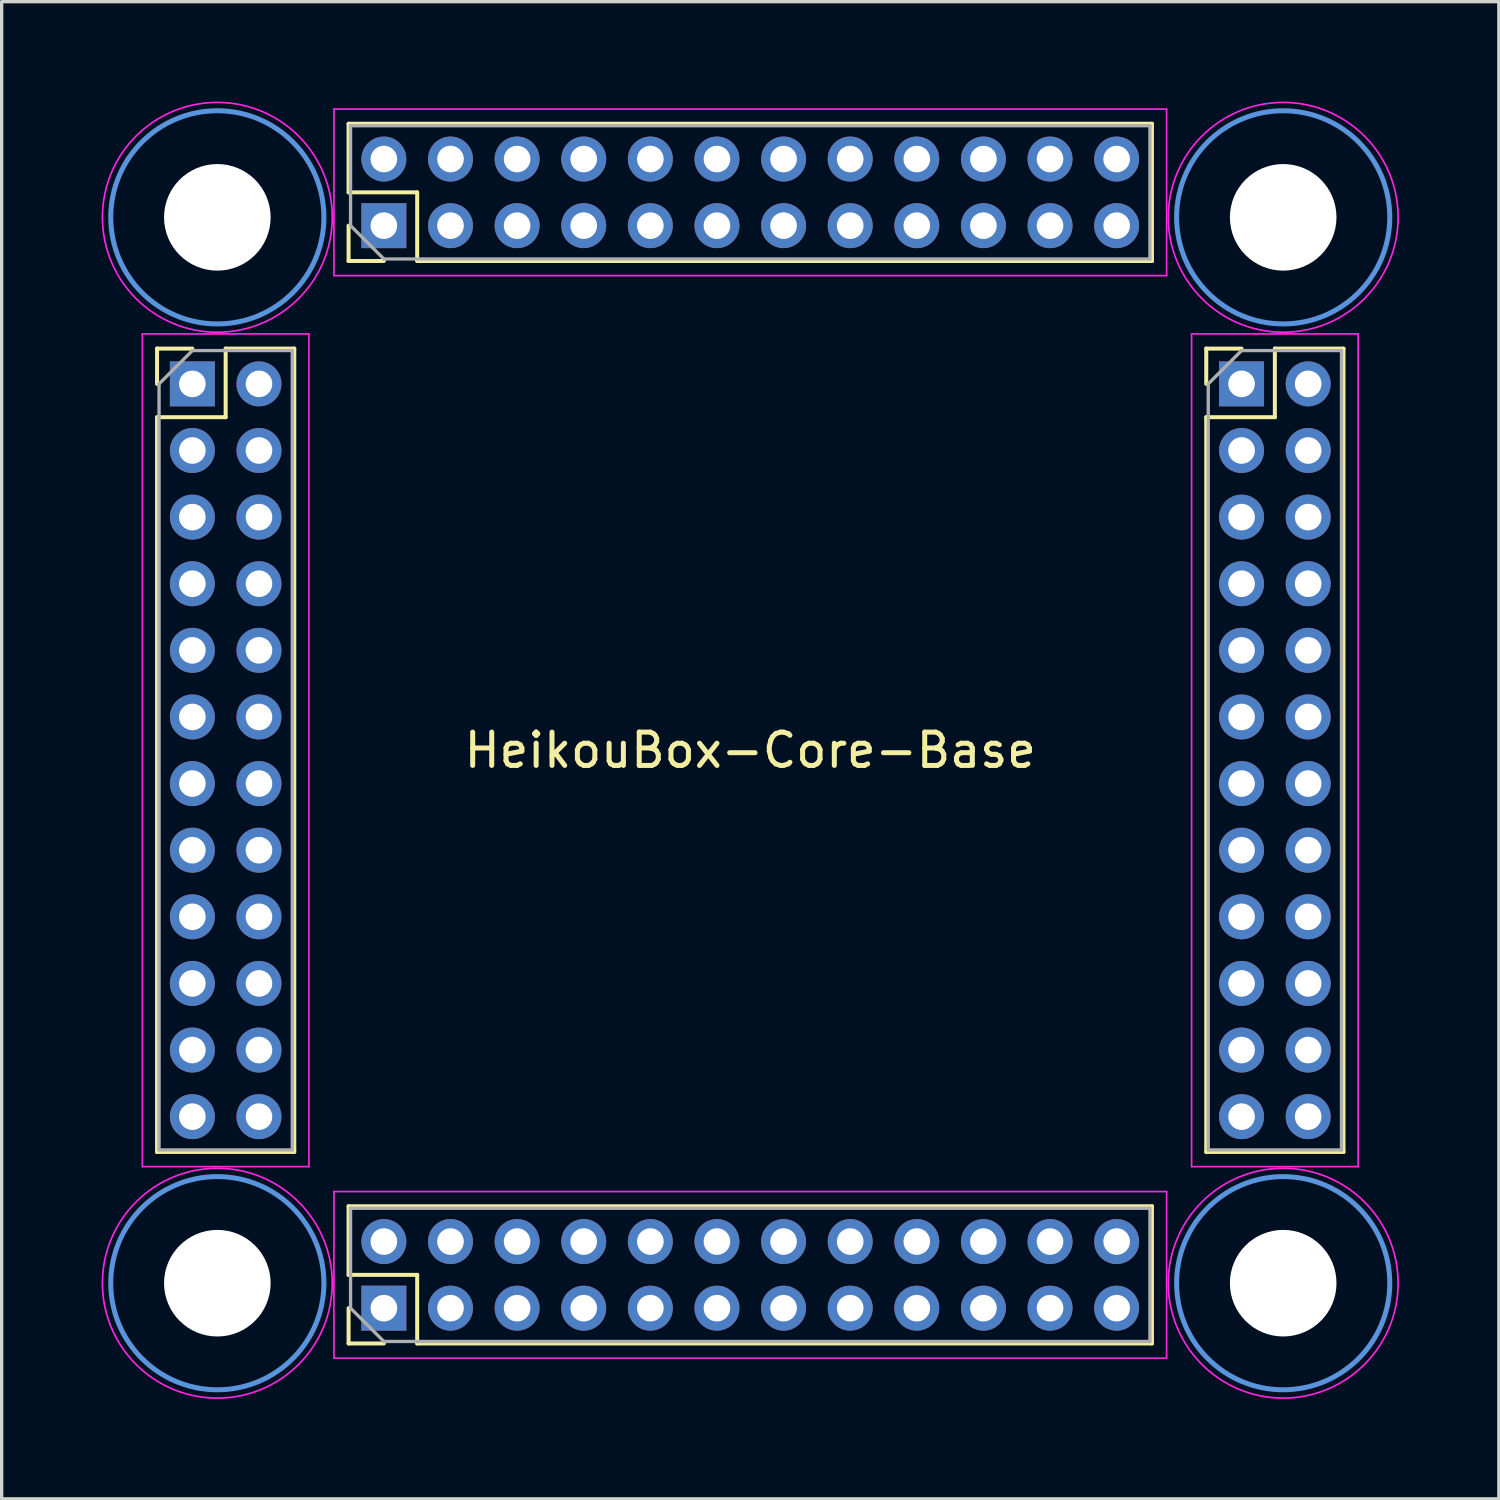
<source format=kicad_pcb>
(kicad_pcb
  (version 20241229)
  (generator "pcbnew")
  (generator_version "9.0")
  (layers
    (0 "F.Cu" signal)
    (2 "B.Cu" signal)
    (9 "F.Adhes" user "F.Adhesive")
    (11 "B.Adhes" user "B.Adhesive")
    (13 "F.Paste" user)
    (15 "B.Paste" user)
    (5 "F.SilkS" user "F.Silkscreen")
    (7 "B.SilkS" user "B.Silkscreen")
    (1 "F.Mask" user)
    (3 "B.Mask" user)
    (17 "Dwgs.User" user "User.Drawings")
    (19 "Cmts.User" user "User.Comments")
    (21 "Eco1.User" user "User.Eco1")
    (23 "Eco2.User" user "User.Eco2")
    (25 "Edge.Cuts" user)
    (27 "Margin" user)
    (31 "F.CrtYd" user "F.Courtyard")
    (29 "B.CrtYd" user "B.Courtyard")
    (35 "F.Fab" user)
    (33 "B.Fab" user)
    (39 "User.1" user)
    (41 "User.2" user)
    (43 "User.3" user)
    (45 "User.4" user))
  (footprint "HeikouBox-Core-Base"
    (layer "F.Cu")
    (at 19.475 19.475)
    (property "Reference" "HeikouBox-Core-Base" (at 0 0 0) (layer "F.SilkS") (effects (font (size 1 1) (thickness 0.15))))
    (attr through_hole)
    (fp_line (start -17.81 -12.06) (end -16.75 -12.06) (stroke (width 0.12) (type solid)) (layer "F.SilkS"))
    (fp_line (start -17.81 -11) (end -17.81 -12.06) (stroke (width 0.12) (type solid)) (layer "F.SilkS"))
    (fp_line (start -17.81 -10) (end -17.81 12.06) (stroke (width 0.12) (type solid)) (layer "F.SilkS"))
    (fp_line (start -17.81 -10) (end -15.75 -10) (stroke (width 0.12) (type solid)) (layer "F.SilkS"))
    (fp_line (start -17.81 12.06) (end -13.69 12.06) (stroke (width 0.12) (type solid)) (layer "F.SilkS"))
    (fp_line (start -15.75 -12.06) (end -13.69 -12.06) (stroke (width 0.12) (type solid)) (layer "F.SilkS"))
    (fp_line (start -15.75 -10) (end -15.75 -12.06) (stroke (width 0.12) (type solid)) (layer "F.SilkS"))
    (fp_line (start -13.69 -12.06) (end -13.69 12.06) (stroke (width 0.12) (type solid)) (layer "F.SilkS"))
    (fp_line (start -12.06 -18.81) (end 12.06 -18.81) (stroke (width 0.12) (type solid)) (layer "F.SilkS"))
    (fp_line (start -12.06 -16.75) (end -12.06 -18.81) (stroke (width 0.12) (type solid)) (layer "F.SilkS"))
    (fp_line (start -12.06 -14.69) (end -12.06 -15.75) (stroke (width 0.12) (type solid)) (layer "F.SilkS"))
    (fp_line (start -12.06 13.69) (end 12.06 13.69) (stroke (width 0.12) (type solid)) (layer "F.SilkS"))
    (fp_line (start -12.06 15.75) (end -12.06 13.69) (stroke (width 0.12) (type solid)) (layer "F.SilkS"))
    (fp_line (start -12.06 17.81) (end -12.06 16.75) (stroke (width 0.12) (type solid)) (layer "F.SilkS"))
    (fp_line (start -11 -14.69) (end -12.06 -14.69) (stroke (width 0.12) (type solid)) (layer "F.SilkS"))
    (fp_line (start -11 17.81) (end -12.06 17.81) (stroke (width 0.12) (type solid)) (layer "F.SilkS"))
    (fp_line (start -10 -16.75) (end -12.06 -16.75) (stroke (width 0.12) (type solid)) (layer "F.SilkS"))
    (fp_line (start -10 -14.69) (end -10 -16.75) (stroke (width 0.12) (type solid)) (layer "F.SilkS"))
    (fp_line (start -10 -14.69) (end 12.06 -14.69) (stroke (width 0.12) (type solid)) (layer "F.SilkS"))
    (fp_line (start -10 15.75) (end -12.06 15.75) (stroke (width 0.12) (type solid)) (layer "F.SilkS"))
    (fp_line (start -10 17.81) (end -10 15.75) (stroke (width 0.12) (type solid)) (layer "F.SilkS"))
    (fp_line (start -10 17.81) (end 12.06 17.81) (stroke (width 0.12) (type solid)) (layer "F.SilkS"))
    (fp_line (start 12.06 -14.69) (end 12.06 -18.81) (stroke (width 0.12) (type solid)) (layer "F.SilkS"))
    (fp_line (start 12.06 17.81) (end 12.06 13.69) (stroke (width 0.12) (type solid)) (layer "F.SilkS"))
    (fp_line (start 13.69 -12.06) (end 14.75 -12.06) (stroke (width 0.12) (type solid)) (layer "F.SilkS"))
    (fp_line (start 13.69 -11) (end 13.69 -12.06) (stroke (width 0.12) (type solid)) (layer "F.SilkS"))
    (fp_line (start 13.69 -10) (end 13.69 12.06) (stroke (width 0.12) (type solid)) (layer "F.SilkS"))
    (fp_line (start 13.69 -10) (end 15.75 -10) (stroke (width 0.12) (type solid)) (layer "F.SilkS"))
    (fp_line (start 13.69 12.06) (end 17.81 12.06) (stroke (width 0.12) (type solid)) (layer "F.SilkS"))
    (fp_line (start 15.75 -12.06) (end 17.81 -12.06) (stroke (width 0.12) (type solid)) (layer "F.SilkS"))
    (fp_line (start 15.75 -10) (end 15.75 -12.06) (stroke (width 0.12) (type solid)) (layer "F.SilkS"))
    (fp_line (start 17.81 -12.06) (end 17.81 12.06) (stroke (width 0.12) (type solid)) (layer "F.SilkS"))
    (fp_circle (center -16 -16) (end -12.8 -16) (stroke (width 0.15) (type solid)) (fill no) (layer "Cmts.User"))
    (fp_circle (center -16 16) (end -12.8 16) (stroke (width 0.15) (type solid)) (fill no) (layer "Cmts.User"))
    (fp_circle (center 16 -16) (end 19.2 -16) (stroke (width 0.15) (type solid)) (fill no) (layer "Cmts.User"))
    (fp_circle (center 16 16) (end 19.2 16) (stroke (width 0.15) (type solid)) (fill no) (layer "Cmts.User"))
    (fp_line (start -18.25 -12.5) (end -18.25 12.5) (stroke (width 0.05) (type solid)) (layer "F.CrtYd"))
    (fp_line (start -18.25 12.5) (end -13.25 12.5) (stroke (width 0.05) (type solid)) (layer "F.CrtYd"))
    (fp_line (start -13.25 -12.5) (end -18.25 -12.5) (stroke (width 0.05) (type solid)) (layer "F.CrtYd"))
    (fp_line (start -13.25 12.5) (end -13.25 -12.5) (stroke (width 0.05) (type solid)) (layer "F.CrtYd"))
    (fp_line (start -12.5 -19.25) (end -12.5 -14.25) (stroke (width 0.05) (type solid)) (layer "F.CrtYd"))
    (fp_line (start -12.5 -14.25) (end 12.5 -14.25) (stroke (width 0.05) (type solid)) (layer "F.CrtYd"))
    (fp_line (start -12.5 13.25) (end -12.5 18.25) (stroke (width 0.05) (type solid)) (layer "F.CrtYd"))
    (fp_line (start -12.5 18.25) (end 12.5 18.25) (stroke (width 0.05) (type solid)) (layer "F.CrtYd"))
    (fp_line (start 12.5 -19.25) (end -12.5 -19.25) (stroke (width 0.05) (type solid)) (layer "F.CrtYd"))
    (fp_line (start 12.5 -14.25) (end 12.5 -19.25) (stroke (width 0.05) (type solid)) (layer "F.CrtYd"))
    (fp_line (start 12.5 13.25) (end -12.5 13.25) (stroke (width 0.05) (type solid)) (layer "F.CrtYd"))
    (fp_line (start 12.5 18.25) (end 12.5 13.25) (stroke (width 0.05) (type solid)) (layer "F.CrtYd"))
    (fp_line (start 13.25 -12.5) (end 13.25 12.5) (stroke (width 0.05) (type solid)) (layer "F.CrtYd"))
    (fp_line (start 13.25 12.5) (end 18.25 12.5) (stroke (width 0.05) (type solid)) (layer "F.CrtYd"))
    (fp_line (start 18.25 -12.5) (end 13.25 -12.5) (stroke (width 0.05) (type solid)) (layer "F.CrtYd"))
    (fp_line (start 18.25 12.5) (end 18.25 -12.5) (stroke (width 0.05) (type solid)) (layer "F.CrtYd"))
    (fp_circle (center -16 -16) (end -12.55 -16) (stroke (width 0.05) (type solid)) (fill no) (layer "F.CrtYd"))
    (fp_circle (center -16 16) (end -12.55 16) (stroke (width 0.05) (type solid)) (fill no) (layer "F.CrtYd"))
    (fp_circle (center 16 -16) (end 19.45 -16) (stroke (width 0.05) (type solid)) (fill no) (layer "F.CrtYd"))
    (fp_circle (center 16 16) (end 19.45 16) (stroke (width 0.05) (type solid)) (fill no) (layer "F.CrtYd"))
    (fp_line (start -17.75 -11) (end -16.75 -12) (stroke (width 0.1) (type solid)) (layer "F.Fab"))
    (fp_line (start -17.75 12) (end -17.75 -11) (stroke (width 0.1) (type solid)) (layer "F.Fab"))
    (fp_line (start -16.75 -12) (end -13.75 -12) (stroke (width 0.1) (type solid)) (layer "F.Fab"))
    (fp_line (start -13.75 -12) (end -13.75 12) (stroke (width 0.1) (type solid)) (layer "F.Fab"))
    (fp_line (start -13.75 12) (end -17.75 12) (stroke (width 0.1) (type solid)) (layer "F.Fab"))
    (fp_line (start -12 -18.75) (end 12 -18.75) (stroke (width 0.1) (type solid)) (layer "F.Fab"))
    (fp_line (start -12 -15.75) (end -12 -18.75) (stroke (width 0.1) (type solid)) (layer "F.Fab"))
    (fp_line (start -12 13.75) (end 12 13.75) (stroke (width 0.1) (type solid)) (layer "F.Fab"))
    (fp_line (start -12 16.75) (end -12 13.75) (stroke (width 0.1) (type solid)) (layer "F.Fab"))
    (fp_line (start -11 -14.75) (end -12 -15.75) (stroke (width 0.1) (type solid)) (layer "F.Fab"))
    (fp_line (start -11 17.75) (end -12 16.75) (stroke (width 0.1) (type solid)) (layer "F.Fab"))
    (fp_line (start 12 -18.75) (end 12 -14.75) (stroke (width 0.1) (type solid)) (layer "F.Fab"))
    (fp_line (start 12 -14.75) (end -11 -14.75) (stroke (width 0.1) (type solid)) (layer "F.Fab"))
    (fp_line (start 12 13.75) (end 12 17.75) (stroke (width 0.1) (type solid)) (layer "F.Fab"))
    (fp_line (start 12 17.75) (end -11 17.75) (stroke (width 0.1) (type solid)) (layer "F.Fab"))
    (fp_line (start 13.75 -11) (end 14.75 -12) (stroke (width 0.1) (type solid)) (layer "F.Fab"))
    (fp_line (start 13.75 12) (end 13.75 -11) (stroke (width 0.1) (type solid)) (layer "F.Fab"))
    (fp_line (start 14.75 -12) (end 17.75 -12) (stroke (width 0.1) (type solid)) (layer "F.Fab"))
    (fp_line (start 17.75 -12) (end 17.75 12) (stroke (width 0.1) (type solid)) (layer "F.Fab"))
    (fp_line (start 17.75 12) (end 13.75 12) (stroke (width 0.1) (type solid)) (layer "F.Fab"))
    (pad "" np_thru_hole circle (at -16 -16) (size 3.2 3.2) (drill 3.2) (layers "*.Cu" "*.Mask"))
    (pad "" np_thru_hole circle (at -16 16) (size 3.2 3.2) (drill 3.2) (layers "*.Cu" "*.Mask"))
    (pad "" np_thru_hole circle (at 16 -16) (size 3.2 3.2) (drill 3.2) (layers "*.Cu" "*.Mask"))
    (pad "" np_thru_hole circle (at 16 16) (size 3.2 3.2) (drill 3.2) (layers "*.Cu" "*.Mask"))
    (pad "1" thru_hole rect (at -16.75 -11) (size 1.35 1.35) (drill 0.8) (layers "*.Cu" "*.Mask"))
    (pad "2" thru_hole oval (at -14.75 -11) (size 1.35 1.35) (drill 0.8) (layers "*.Cu" "*.Mask"))
    (pad "3" thru_hole oval (at -16.75 -9) (size 1.35 1.35) (drill 0.8) (layers "*.Cu" "*.Mask"))
    (pad "4" thru_hole oval (at -14.75 -9) (size 1.35 1.35) (drill 0.8) (layers "*.Cu" "*.Mask"))
    (pad "5" thru_hole oval (at -16.75 -7) (size 1.35 1.35) (drill 0.8) (layers "*.Cu" "*.Mask"))
    (pad "6" thru_hole oval (at -14.75 -7) (size 1.35 1.35) (drill 0.8) (layers "*.Cu" "*.Mask"))
    (pad "7" thru_hole oval (at -16.75 -5) (size 1.35 1.35) (drill 0.8) (layers "*.Cu" "*.Mask"))
    (pad "8" thru_hole oval (at -14.75 -5) (size 1.35 1.35) (drill 0.8) (layers "*.Cu" "*.Mask"))
    (pad "9" thru_hole oval (at -16.75 -3) (size 1.35 1.35) (drill 0.8) (layers "*.Cu" "*.Mask"))
    (pad "10" thru_hole oval (at -14.75 -3) (size 1.35 1.35) (drill 0.8) (layers "*.Cu" "*.Mask"))
    (pad "11" thru_hole oval (at -16.75 -1) (size 1.35 1.35) (drill 0.8) (layers "*.Cu" "*.Mask"))
    (pad "12" thru_hole oval (at -14.75 -1) (size 1.35 1.35) (drill 0.8) (layers "*.Cu" "*.Mask"))
    (pad "13" thru_hole oval (at -16.75 1) (size 1.35 1.35) (drill 0.8) (layers "*.Cu" "*.Mask"))
    (pad "14" thru_hole oval (at -14.75 1) (size 1.35 1.35) (drill 0.8) (layers "*.Cu" "*.Mask"))
    (pad "15" thru_hole oval (at -16.75 3) (size 1.35 1.35) (drill 0.8) (layers "*.Cu" "*.Mask"))
    (pad "16" thru_hole oval (at -14.75 3) (size 1.35 1.35) (drill 0.8) (layers "*.Cu" "*.Mask"))
    (pad "17" thru_hole oval (at -16.75 5) (size 1.35 1.35) (drill 0.8) (layers "*.Cu" "*.Mask"))
    (pad "18" thru_hole oval (at -14.75 5) (size 1.35 1.35) (drill 0.8) (layers "*.Cu" "*.Mask"))
    (pad "19" thru_hole oval (at -16.75 7) (size 1.35 1.35) (drill 0.8) (layers "*.Cu" "*.Mask"))
    (pad "20" thru_hole oval (at -14.75 7) (size 1.35 1.35) (drill 0.8) (layers "*.Cu" "*.Mask"))
    (pad "21" thru_hole oval (at -16.75 9) (size 1.35 1.35) (drill 0.8) (layers "*.Cu" "*.Mask"))
    (pad "22" thru_hole oval (at -14.75 9) (size 1.35 1.35) (drill 0.8) (layers "*.Cu" "*.Mask"))
    (pad "23" thru_hole oval (at -16.75 11) (size 1.35 1.35) (drill 0.8) (layers "*.Cu" "*.Mask"))
    (pad "24" thru_hole oval (at -14.75 11) (size 1.35 1.35) (drill 0.8) (layers "*.Cu" "*.Mask"))
    (pad "25" thru_hole rect (at -11 -15.75 90) (size 1.35 1.35) (drill 0.8) (layers "*.Cu" "*.Mask"))
    (pad "26" thru_hole oval (at -11 -17.75 90) (size 1.35 1.35) (drill 0.8) (layers "*.Cu" "*.Mask"))
    (pad "27" thru_hole oval (at -9 -15.75 90) (size 1.35 1.35) (drill 0.8) (layers "*.Cu" "*.Mask"))
    (pad "28" thru_hole oval (at -9 -17.75 90) (size 1.35 1.35) (drill 0.8) (layers "*.Cu" "*.Mask"))
    (pad "29" thru_hole oval (at -7 -15.75 90) (size 1.35 1.35) (drill 0.8) (layers "*.Cu" "*.Mask"))
    (pad "30" thru_hole oval (at -7 -17.75 90) (size 1.35 1.35) (drill 0.8) (layers "*.Cu" "*.Mask"))
    (pad "31" thru_hole oval (at -5 -15.75 90) (size 1.35 1.35) (drill 0.8) (layers "*.Cu" "*.Mask"))
    (pad "32" thru_hole oval (at -5 -17.75 90) (size 1.35 1.35) (drill 0.8) (layers "*.Cu" "*.Mask"))
    (pad "33" thru_hole oval (at -3 -15.75 90) (size 1.35 1.35) (drill 0.8) (layers "*.Cu" "*.Mask"))
    (pad "34" thru_hole oval (at -3 -17.75 90) (size 1.35 1.35) (drill 0.8) (layers "*.Cu" "*.Mask"))
    (pad "35" thru_hole oval (at -1 -15.75 90) (size 1.35 1.35) (drill 0.8) (layers "*.Cu" "*.Mask"))
    (pad "36" thru_hole oval (at -1 -17.75 90) (size 1.35 1.35) (drill 0.8) (layers "*.Cu" "*.Mask"))
    (pad "37" thru_hole oval (at 1 -15.75 90) (size 1.35 1.35) (drill 0.8) (layers "*.Cu" "*.Mask"))
    (pad "38" thru_hole oval (at 1 -17.75 90) (size 1.35 1.35) (drill 0.8) (layers "*.Cu" "*.Mask"))
    (pad "39" thru_hole oval (at 3 -15.75 90) (size 1.35 1.35) (drill 0.8) (layers "*.Cu" "*.Mask"))
    (pad "40" thru_hole oval (at 3 -17.75 90) (size 1.35 1.35) (drill 0.8) (layers "*.Cu" "*.Mask"))
    (pad "41" thru_hole oval (at 5 -15.75 90) (size 1.35 1.35) (drill 0.8) (layers "*.Cu" "*.Mask"))
    (pad "42" thru_hole oval (at 5 -17.75 90) (size 1.35 1.35) (drill 0.8) (layers "*.Cu" "*.Mask"))
    (pad "43" thru_hole oval (at 7 -15.75 90) (size 1.35 1.35) (drill 0.8) (layers "*.Cu" "*.Mask"))
    (pad "44" thru_hole oval (at 7 -17.75 90) (size 1.35 1.35) (drill 0.8) (layers "*.Cu" "*.Mask"))
    (pad "45" thru_hole oval (at 9 -15.75 90) (size 1.35 1.35) (drill 0.8) (layers "*.Cu" "*.Mask"))
    (pad "46" thru_hole oval (at 9 -17.75 90) (size 1.35 1.35) (drill 0.8) (layers "*.Cu" "*.Mask"))
    (pad "47" thru_hole oval (at 11 -15.75 90) (size 1.35 1.35) (drill 0.8) (layers "*.Cu" "*.Mask"))
    (pad "48" thru_hole oval (at 11 -17.75 90) (size 1.35 1.35) (drill 0.8) (layers "*.Cu" "*.Mask"))
    (pad "49" thru_hole rect (at 14.75 -11) (size 1.35 1.35) (drill 0.8) (layers "*.Cu" "*.Mask"))
    (pad "50" thru_hole oval (at 16.75 -11) (size 1.35 1.35) (drill 0.8) (layers "*.Cu" "*.Mask"))
    (pad "51" thru_hole oval (at 14.75 -9) (size 1.35 1.35) (drill 0.8) (layers "*.Cu" "*.Mask"))
    (pad "52" thru_hole oval (at 16.75 -9) (size 1.35 1.35) (drill 0.8) (layers "*.Cu" "*.Mask"))
    (pad "53" thru_hole oval (at 14.75 -7) (size 1.35 1.35) (drill 0.8) (layers "*.Cu" "*.Mask"))
    (pad "54" thru_hole oval (at 16.75 -7) (size 1.35 1.35) (drill 0.8) (layers "*.Cu" "*.Mask"))
    (pad "55" thru_hole oval (at 14.75 -5) (size 1.35 1.35) (drill 0.8) (layers "*.Cu" "*.Mask"))
    (pad "56" thru_hole oval (at 16.75 -5) (size 1.35 1.35) (drill 0.8) (layers "*.Cu" "*.Mask"))
    (pad "57" thru_hole oval (at 14.75 -3) (size 1.35 1.35) (drill 0.8) (layers "*.Cu" "*.Mask"))
    (pad "58" thru_hole oval (at 16.75 -3) (size 1.35 1.35) (drill 0.8) (layers "*.Cu" "*.Mask"))
    (pad "59" thru_hole oval (at 14.75 -1) (size 1.35 1.35) (drill 0.8) (layers "*.Cu" "*.Mask"))
    (pad "60" thru_hole oval (at 16.75 -1) (size 1.35 1.35) (drill 0.8) (layers "*.Cu" "*.Mask"))
    (pad "61" thru_hole oval (at 14.75 1) (size 1.35 1.35) (drill 0.8) (layers "*.Cu" "*.Mask"))
    (pad "62" thru_hole oval (at 16.75 1) (size 1.35 1.35) (drill 0.8) (layers "*.Cu" "*.Mask"))
    (pad "63" thru_hole oval (at 14.75 3) (size 1.35 1.35) (drill 0.8) (layers "*.Cu" "*.Mask"))
    (pad "64" thru_hole oval (at 16.75 3) (size 1.35 1.35) (drill 0.8) (layers "*.Cu" "*.Mask"))
    (pad "65" thru_hole oval (at 14.75 5) (size 1.35 1.35) (drill 0.8) (layers "*.Cu" "*.Mask"))
    (pad "66" thru_hole oval (at 16.75 5) (size 1.35 1.35) (drill 0.8) (layers "*.Cu" "*.Mask"))
    (pad "67" thru_hole oval (at 14.75 7) (size 1.35 1.35) (drill 0.8) (layers "*.Cu" "*.Mask"))
    (pad "68" thru_hole oval (at 16.75 7) (size 1.35 1.35) (drill 0.8) (layers "*.Cu" "*.Mask"))
    (pad "69" thru_hole oval (at 14.75 9) (size 1.35 1.35) (drill 0.8) (layers "*.Cu" "*.Mask"))
    (pad "70" thru_hole oval (at 16.75 9) (size 1.35 1.35) (drill 0.8) (layers "*.Cu" "*.Mask"))
    (pad "71" thru_hole oval (at 14.75 11) (size 1.35 1.35) (drill 0.8) (layers "*.Cu" "*.Mask"))
    (pad "72" thru_hole oval (at 16.75 11) (size 1.35 1.35) (drill 0.8) (layers "*.Cu" "*.Mask"))
    (pad "73" thru_hole rect (at -11 16.75 90) (size 1.35 1.35) (drill 0.8) (layers "*.Cu" "*.Mask"))
    (pad "74" thru_hole oval (at -11 14.75 90) (size 1.35 1.35) (drill 0.8) (layers "*.Cu" "*.Mask"))
    (pad "75" thru_hole oval (at -9 16.75 90) (size 1.35 1.35) (drill 0.8) (layers "*.Cu" "*.Mask"))
    (pad "76" thru_hole oval (at -9 14.75 90) (size 1.35 1.35) (drill 0.8) (layers "*.Cu" "*.Mask"))
    (pad "77" thru_hole oval (at -7 16.75 90) (size 1.35 1.35) (drill 0.8) (layers "*.Cu" "*.Mask"))
    (pad "78" thru_hole oval (at -7 14.75 90) (size 1.35 1.35) (drill 0.8) (layers "*.Cu" "*.Mask"))
    (pad "79" thru_hole oval (at -5 16.75 90) (size 1.35 1.35) (drill 0.8) (layers "*.Cu" "*.Mask"))
    (pad "80" thru_hole oval (at -5 14.75 90) (size 1.35 1.35) (drill 0.8) (layers "*.Cu" "*.Mask"))
    (pad "81" thru_hole oval (at -3 16.75 90) (size 1.35 1.35) (drill 0.8) (layers "*.Cu" "*.Mask"))
    (pad "82" thru_hole oval (at -3 14.75 90) (size 1.35 1.35) (drill 0.8) (layers "*.Cu" "*.Mask"))
    (pad "83" thru_hole oval (at -1 16.75 90) (size 1.35 1.35) (drill 0.8) (layers "*.Cu" "*.Mask"))
    (pad "84" thru_hole oval (at -1 14.75 90) (size 1.35 1.35) (drill 0.8) (layers "*.Cu" "*.Mask"))
    (pad "85" thru_hole oval (at 1 16.75 90) (size 1.35 1.35) (drill 0.8) (layers "*.Cu" "*.Mask"))
    (pad "86" thru_hole oval (at 1 14.75 90) (size 1.35 1.35) (drill 0.8) (layers "*.Cu" "*.Mask"))
    (pad "87" thru_hole oval (at 3 16.75 90) (size 1.35 1.35) (drill 0.8) (layers "*.Cu" "*.Mask"))
    (pad "88" thru_hole oval (at 3 14.75 90) (size 1.35 1.35) (drill 0.8) (layers "*.Cu" "*.Mask"))
    (pad "89" thru_hole oval (at 5 16.75 90) (size 1.35 1.35) (drill 0.8) (layers "*.Cu" "*.Mask"))
    (pad "90" thru_hole oval (at 5 14.75 90) (size 1.35 1.35) (drill 0.8) (layers "*.Cu" "*.Mask"))
    (pad "91" thru_hole oval (at 7 16.75 90) (size 1.35 1.35) (drill 0.8) (layers "*.Cu" "*.Mask"))
    (pad "92" thru_hole oval (at 7 14.75 90) (size 1.35 1.35) (drill 0.8) (layers "*.Cu" "*.Mask"))
    (pad "93" thru_hole oval (at 9 16.75 90) (size 1.35 1.35) (drill 0.8) (layers "*.Cu" "*.Mask"))
    (pad "94" thru_hole oval (at 9 14.75 90) (size 1.35 1.35) (drill 0.8) (layers "*.Cu" "*.Mask"))
    (pad "95" thru_hole oval (at 11 16.75 90) (size 1.35 1.35) (drill 0.8) (layers "*.Cu" "*.Mask"))
    (pad "96" thru_hole oval (at 11 14.75 90) (size 1.35 1.35) (drill 0.8) (layers "*.Cu" "*.Mask")))
  (gr_rect
    (start -3 -3)
    (end 41.95 41.95)
    (stroke (width 0.1) (type default))
    (fill no)
    (layer "Edge.Cuts")))
</source>
